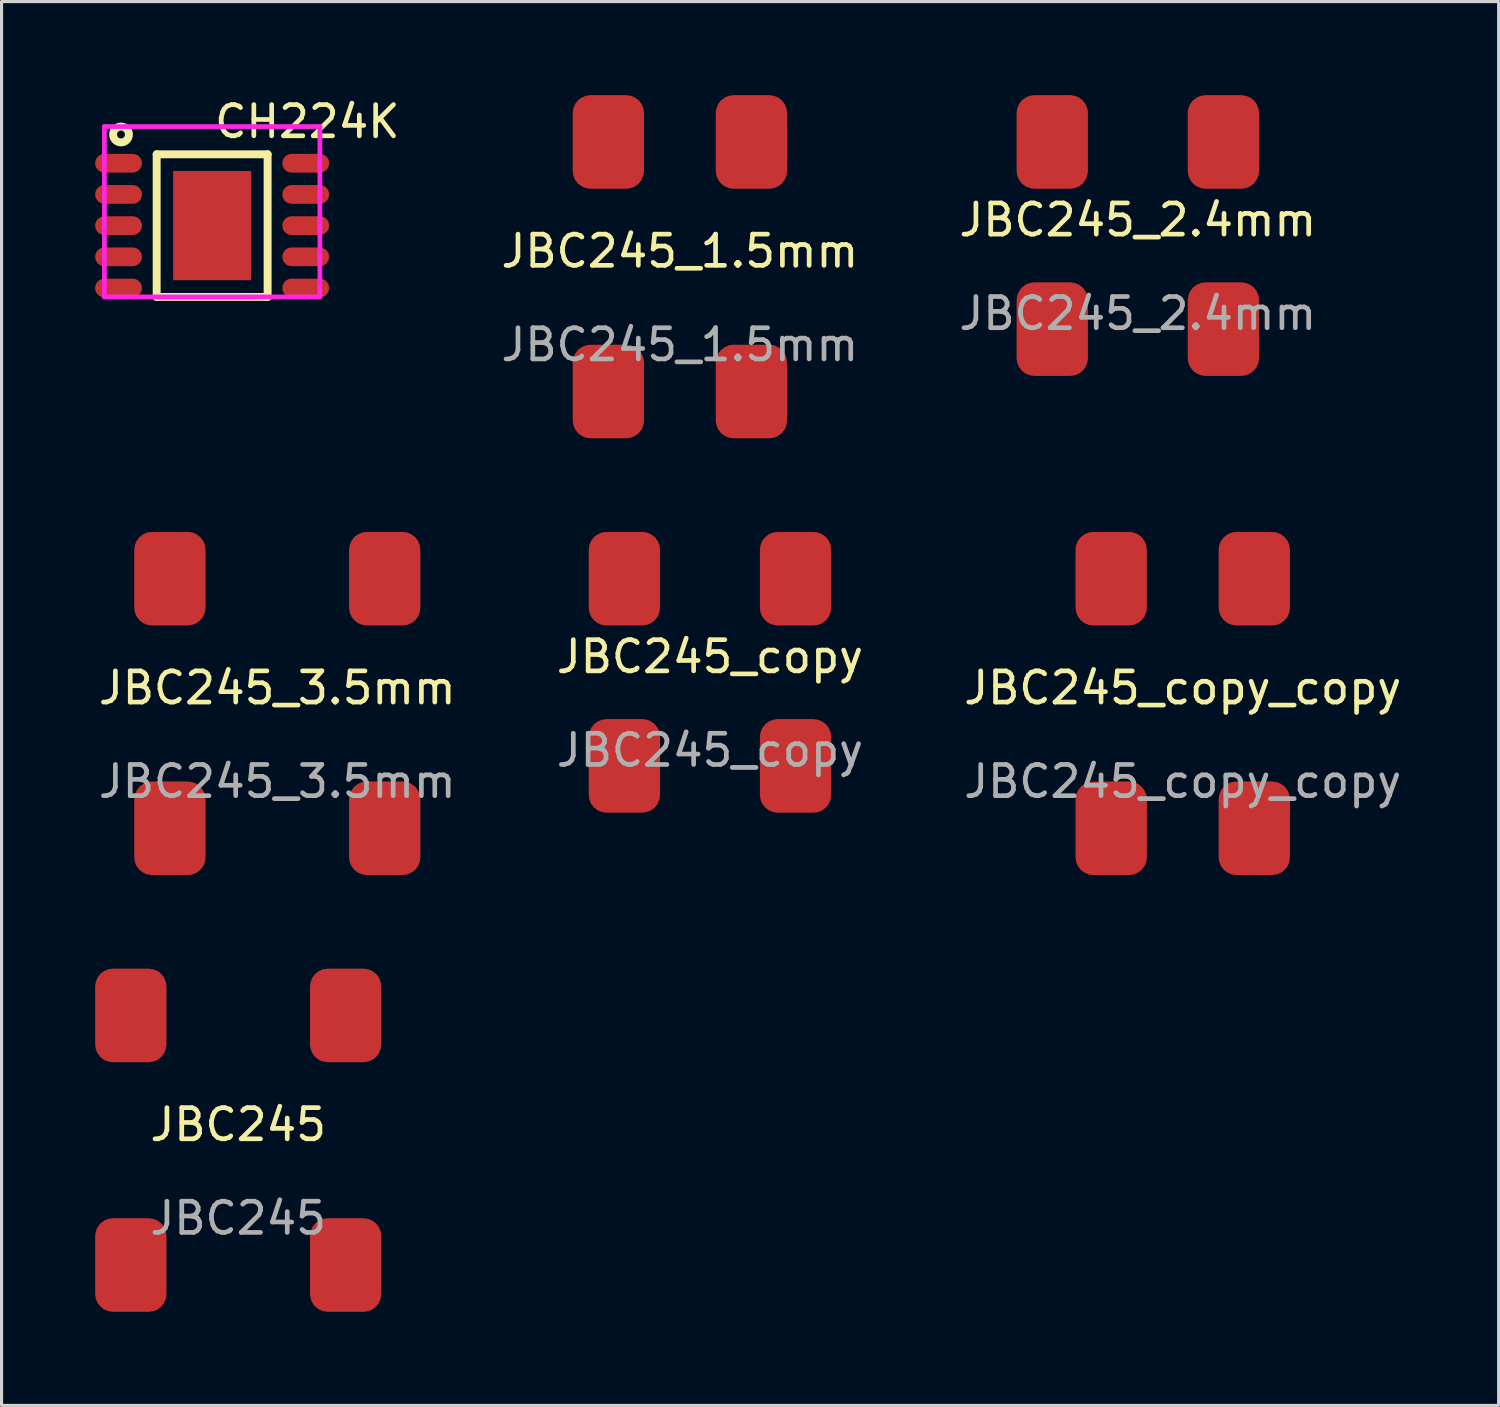
<source format=kicad_pcb>
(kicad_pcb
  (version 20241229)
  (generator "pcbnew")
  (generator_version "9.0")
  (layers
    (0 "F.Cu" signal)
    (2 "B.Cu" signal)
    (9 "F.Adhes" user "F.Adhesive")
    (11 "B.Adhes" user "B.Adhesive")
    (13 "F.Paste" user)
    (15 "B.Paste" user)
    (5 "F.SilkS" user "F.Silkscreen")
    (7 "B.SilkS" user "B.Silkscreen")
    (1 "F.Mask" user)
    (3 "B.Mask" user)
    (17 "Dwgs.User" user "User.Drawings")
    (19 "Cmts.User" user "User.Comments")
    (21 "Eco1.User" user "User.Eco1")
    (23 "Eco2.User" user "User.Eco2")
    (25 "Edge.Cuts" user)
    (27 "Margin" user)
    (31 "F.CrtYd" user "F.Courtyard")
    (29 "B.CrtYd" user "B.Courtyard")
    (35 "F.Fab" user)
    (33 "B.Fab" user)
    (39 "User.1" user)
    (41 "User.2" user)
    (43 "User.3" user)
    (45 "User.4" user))
  (footprint "JBC245_1.5mm"
    (layer "F.Cu")
    (at 18.744 5.5)
    (property "Reference" "JBC245_1.5mm" (at 0 -0.5 0) (unlocked yes) (layer "F.SilkS") (effects (font (size 1 1) (thickness 0.15))))
    (attr smd)
    (fp_text user "${REFERENCE}" (at 0 2.5 0) (unlocked yes) (layer "F.Fab") (effects (font (size 1 1) (thickness 0.15))))
    (pad "1" smd roundrect (at -2.294 -4) (size 2.286 3) (layers "F.Cu" "F.Mask" "F.Paste") (roundrect_rratio 0.25))
    (pad "2" smd roundrect (at 2.293 -4) (size 2.286 3) (layers "F.Cu" "F.Mask" "F.Paste") (roundrect_rratio 0.25))
    (pad "3" smd roundrect (at -2.293 4) (size 2.286 3) (layers "F.Cu" "F.Mask" "F.Paste") (roundrect_rratio 0.25))
    (pad "4" smd roundrect (at 2.293 4) (size 2.286 3) (layers "F.Cu" "F.Mask" "F.Paste") (roundrect_rratio 0.25)))
  (footprint "CH224K"
    (layer "F.Cu")
    (at 3.75 4.055)
    (property "Reference" "CH224K" (at 0 -3.207 0) (layer "F.SilkS") (effects (font (size 1 1) (thickness 0.15)) (justify left)))
    (attr through_hole)
    (fp_line (start -1.778 -2.159) (end 1.778 -2.159) (stroke (width 0.254) (type solid)) (layer "F.SilkS"))
    (fp_line (start -1.778 2.413) (end -1.778 -2.159) (stroke (width 0.254) (type solid)) (layer "F.SilkS"))
    (fp_line (start 1.778 -2.159) (end 1.778 2.413) (stroke (width 0.254) (type solid)) (layer "F.SilkS"))
    (fp_line (start 1.778 2.413) (end -1.778 2.413) (stroke (width 0.254) (type solid)) (layer "F.SilkS"))
    (fp_circle (center -2.921 -2.794) (end -2.667 -2.794) (stroke (width 0.254) (type solid)) (fill no) (layer "F.SilkS"))
    (fp_line (start -3.454 -3.048) (end 3.454 -3.048) (stroke (width 0.152) (type solid)) (layer "F.CrtYd"))
    (fp_line (start -3.454 2.413) (end -3.454 -3.048) (stroke (width 0.152) (type solid)) (layer "F.CrtYd"))
    (fp_line (start 3.454 -3.048) (end 3.454 2.413) (stroke (width 0.152) (type solid)) (layer "F.CrtYd"))
    (fp_line (start 3.454 2.413) (end -3.454 2.413) (stroke (width 0.152) (type solid)) (layer "F.CrtYd"))
    (pad "0" smd rect (at 0 0.127) (size 2.5 3.5) (layers "F.Cu" "F.Mask" "F.Paste"))
    (pad "1" smd oval (at -3 -1.873) (size 1.5 0.6) (layers "F.Cu" "F.Mask" "F.Paste"))
    (pad "2" smd oval (at -3 -0.873) (size 1.5 0.6) (layers "F.Cu" "F.Mask" "F.Paste"))
    (pad "3" smd oval (at -3 0.127) (size 1.5 0.6) (layers "F.Cu" "F.Mask" "F.Paste"))
    (pad "4" smd oval (at -3 1.127) (size 1.5 0.6) (layers "F.Cu" "F.Mask" "F.Paste"))
    (pad "5" smd oval (at -3 2.127) (size 1.5 0.6) (layers "F.Cu" "F.Mask" "F.Paste"))
    (pad "6" smd oval (at 3 2.127) (size 1.5 0.6) (layers "F.Cu" "F.Mask" "F.Paste"))
    (pad "7" smd oval (at 3 1.127) (size 1.5 0.6) (layers "F.Cu" "F.Mask" "F.Paste"))
    (pad "8" smd oval (at 3 0.127) (size 1.5 0.6) (layers "F.Cu" "F.Mask" "F.Paste"))
    (pad "9" smd oval (at 3 -0.873) (size 1.5 0.6) (layers "F.Cu" "F.Mask" "F.Paste"))
    (pad "10" smd oval (at 3 -1.873) (size 1.5 0.6) (layers "F.Cu" "F.Mask" "F.Paste")))
  (footprint "JBC245"
    (layer "F.Cu")
    (at 4.586 33.5)
    (property "Reference" "JBC245" (at 0 -0.5 0) (unlocked yes) (layer "F.SilkS") (effects (font (size 1 1) (thickness 0.15))))
    (attr smd)
    (fp_text user "${REFERENCE}" (at 0 2.5 0) (unlocked yes) (layer "F.Fab") (effects (font (size 1 1) (thickness 0.15))))
    (pad "1" smd roundrect (at -3.443 -4) (size 2.286 3) (layers "F.Cu" "F.Mask" "F.Paste") (roundrect_rratio 0.25))
    (pad "2" smd roundrect (at 3.443 -4) (size 2.286 3) (layers "F.Cu" "F.Mask" "F.Paste") (roundrect_rratio 0.25))
    (pad "3" smd roundrect (at -3.443 4) (size 2.286 3) (layers "F.Cu" "F.Mask" "F.Paste") (roundrect_rratio 0.25))
    (pad "4" smd roundrect (at 3.443 4) (size 2.286 3) (layers "F.Cu" "F.Mask" "F.Paste") (roundrect_rratio 0.25)))
  (footprint "JBC245_3.5mm"
    (layer "F.Cu")
    (at 5.839 19.5)
    (property "Reference" "JBC245_3.5mm" (at 0 -0.5 0) (unlocked yes) (layer "F.SilkS") (effects (font (size 1 1) (thickness 0.15))))
    (attr smd)
    (fp_text user "${REFERENCE}" (at 0 2.5 0) (unlocked yes) (layer "F.Fab") (effects (font (size 1 1) (thickness 0.15))))
    (pad "1" smd roundrect (at -3.443 -4) (size 2.286 3) (layers "F.Cu" "F.Mask" "F.Paste") (roundrect_rratio 0.25))
    (pad "2" smd roundrect (at 3.443 -4) (size 2.286 3) (layers "F.Cu" "F.Mask" "F.Paste") (roundrect_rratio 0.25))
    (pad "3" smd roundrect (at -3.443 4) (size 2.286 3) (layers "F.Cu" "F.Mask" "F.Paste") (roundrect_rratio 0.25))
    (pad "4" smd roundrect (at 3.443 4) (size 2.286 3) (layers "F.Cu" "F.Mask" "F.Paste") (roundrect_rratio 0.25)))
  (footprint "JBC245_copy"
    (layer "F.Cu")
    (at 19.708 18.5)
    (property "Reference" "JBC245_copy" (at 0 -0.5 0) (unlocked yes) (layer "F.SilkS") (effects (font (size 1 1) (thickness 0.15))))
    (attr smd)
    (fp_text user "${REFERENCE}" (at 0 2.5 0) (unlocked yes) (layer "F.Fab") (effects (font (size 1 1) (thickness 0.15))))
    (pad "1" smd roundrect (at -2.743 -3) (size 2.286 3) (layers "F.Cu" "F.Mask" "F.Paste") (roundrect_rratio 0.25))
    (pad "2" smd roundrect (at 2.743 -3) (size 2.286 3) (layers "F.Cu" "F.Mask" "F.Paste") (roundrect_rratio 0.25))
    (pad "3" smd roundrect (at -2.743 3) (size 2.286 3) (layers "F.Cu" "F.Mask" "F.Paste") (roundrect_rratio 0.25))
    (pad "4" smd roundrect (at 2.743 3) (size 2.286 3) (layers "F.Cu" "F.Mask" "F.Paste") (roundrect_rratio 0.25)))
  (footprint "JBC245_copy_copy"
    (layer "F.Cu")
    (at 34.863 19.5)
    (property "Reference" "JBC245_copy_copy" (at 0 -0.5 0) (unlocked yes) (layer "F.SilkS") (effects (font (size 1 1) (thickness 0.15))))
    (attr smd)
    (fp_text user "${REFERENCE}" (at 0 2.5 0) (unlocked yes) (layer "F.Fab") (effects (font (size 1 1) (thickness 0.15))))
    (pad "1" smd roundrect (at -2.294 -4) (size 2.286 3) (layers "F.Cu" "F.Mask" "F.Paste") (roundrect_rratio 0.25))
    (pad "2" smd roundrect (at 2.293 -4) (size 2.286 3) (layers "F.Cu" "F.Mask" "F.Paste") (roundrect_rratio 0.25))
    (pad "3" smd roundrect (at -2.293 4) (size 2.286 3) (layers "F.Cu" "F.Mask" "F.Paste") (roundrect_rratio 0.25))
    (pad "4" smd roundrect (at 2.293 4) (size 2.286 3) (layers "F.Cu" "F.Mask" "F.Paste") (roundrect_rratio 0.25)))
  (footprint "JBC245_2.4mm"
    (layer "F.Cu")
    (at 33.423 4.5)
    (property "Reference" "JBC245_2.4mm" (at 0 -0.5 0) (unlocked yes) (layer "F.SilkS") (effects (font (size 1 1) (thickness 0.15))))
    (attr smd)
    (fp_text user "${REFERENCE}" (at 0 2.5 0) (unlocked yes) (layer "F.Fab") (effects (font (size 1 1) (thickness 0.15))))
    (pad "1" smd roundrect (at -2.743 -3) (size 2.286 3) (layers "F.Cu" "F.Mask" "F.Paste") (roundrect_rratio 0.25))
    (pad "2" smd roundrect (at 2.743 -3) (size 2.286 3) (layers "F.Cu" "F.Mask" "F.Paste") (roundrect_rratio 0.25))
    (pad "3" smd roundrect (at -2.743 3) (size 2.286 3) (layers "F.Cu" "F.Mask" "F.Paste") (roundrect_rratio 0.25))
    (pad "4" smd roundrect (at 2.743 3) (size 2.286 3) (layers "F.Cu" "F.Mask" "F.Paste") (roundrect_rratio 0.25)))
  (gr_rect
    (start -3 -3)
    (end 44.988 42)
    (stroke (width 0.1) (type default))
    (fill no)
    (layer "Edge.Cuts")))
</source>
